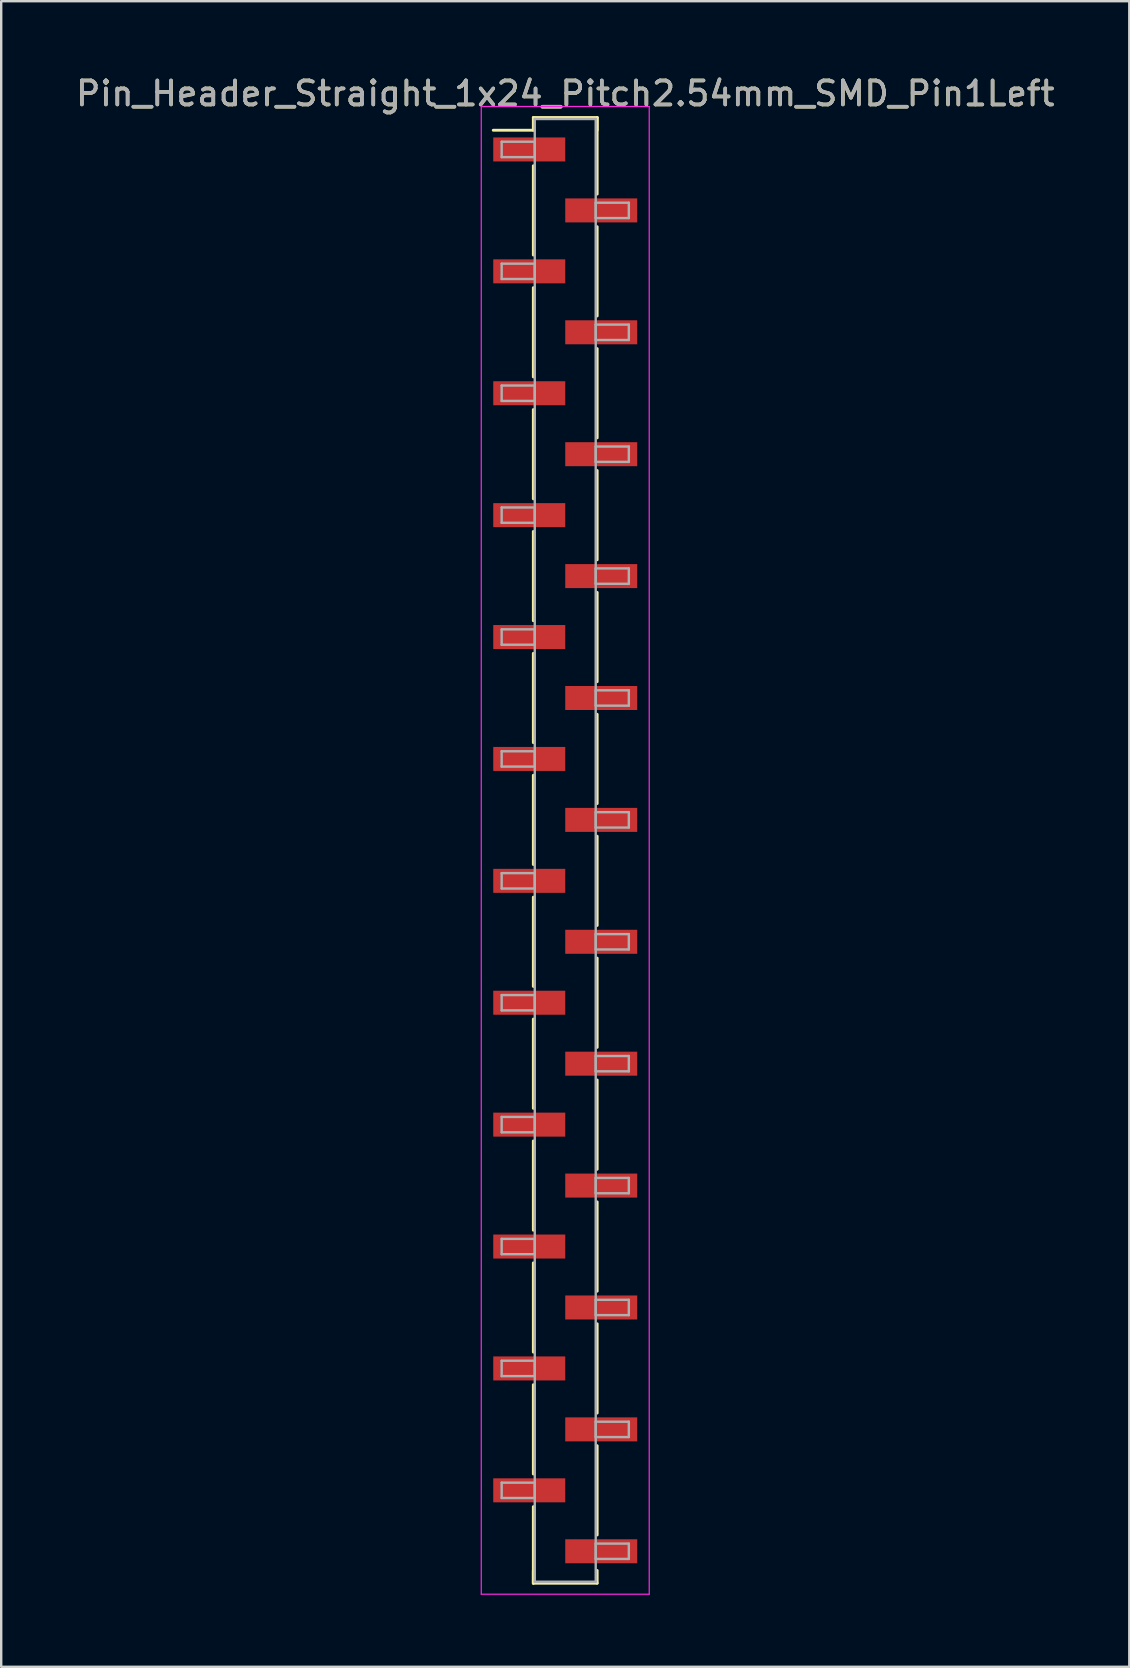
<source format=kicad_pcb>
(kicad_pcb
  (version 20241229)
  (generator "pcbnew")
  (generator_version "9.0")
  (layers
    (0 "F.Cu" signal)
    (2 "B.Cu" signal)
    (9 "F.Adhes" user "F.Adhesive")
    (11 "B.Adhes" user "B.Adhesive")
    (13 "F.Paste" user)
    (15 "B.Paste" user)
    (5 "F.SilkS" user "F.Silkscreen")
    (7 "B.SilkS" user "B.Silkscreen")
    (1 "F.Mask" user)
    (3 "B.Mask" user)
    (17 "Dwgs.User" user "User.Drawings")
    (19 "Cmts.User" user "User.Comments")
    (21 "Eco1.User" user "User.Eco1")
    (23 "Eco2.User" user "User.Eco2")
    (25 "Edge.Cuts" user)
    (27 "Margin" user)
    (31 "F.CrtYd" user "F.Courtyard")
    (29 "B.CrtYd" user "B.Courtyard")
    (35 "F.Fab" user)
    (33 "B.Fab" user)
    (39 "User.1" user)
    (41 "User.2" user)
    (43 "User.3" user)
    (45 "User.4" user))
  (footprint "Pin_Header_Straight_1x24_Pitch2.54mm_SMD_Pin1Left"
    (layer "F.Cu")
    (at 20.506 32.388)
    (property "Reference" "Pin_Header_Straight_1x24_Pitch2.54mm_SMD_Pin1Left" (at 0 -31.54 0) (layer "F.SilkS") (effects (font (size 1 1) (thickness 0.15))))
    (attr smd)
    (fp_line (start -1.33 -30.54) (end 1.33 -30.54) (stroke (width 0.12) (type solid)) (layer "F.SilkS"))
    (fp_line (start -1.33 -30.01) (end -3 -30.01) (stroke (width 0.12) (type solid)) (layer "F.SilkS"))
    (fp_line (start -1.33 -30.01) (end -1.33 -30.54) (stroke (width 0.12) (type solid)) (layer "F.SilkS"))
    (fp_line (start -1.33 -28.53) (end -1.33 -24.81) (stroke (width 0.12) (type solid)) (layer "F.SilkS"))
    (fp_line (start -1.33 -23.45) (end -1.33 -19.73) (stroke (width 0.12) (type solid)) (layer "F.SilkS"))
    (fp_line (start -1.33 -18.37) (end -1.33 -14.65) (stroke (width 0.12) (type solid)) (layer "F.SilkS"))
    (fp_line (start -1.33 -13.29) (end -1.33 -9.57) (stroke (width 0.12) (type solid)) (layer "F.SilkS"))
    (fp_line (start -1.33 -8.21) (end -1.33 -4.49) (stroke (width 0.12) (type solid)) (layer "F.SilkS"))
    (fp_line (start -1.33 -3.13) (end -1.33 0.59) (stroke (width 0.12) (type solid)) (layer "F.SilkS"))
    (fp_line (start -1.33 1.95) (end -1.33 5.67) (stroke (width 0.12) (type solid)) (layer "F.SilkS"))
    (fp_line (start -1.33 7.03) (end -1.33 10.75) (stroke (width 0.12) (type solid)) (layer "F.SilkS"))
    (fp_line (start -1.33 12.11) (end -1.33 15.83) (stroke (width 0.12) (type solid)) (layer "F.SilkS"))
    (fp_line (start -1.33 17.19) (end -1.33 20.91) (stroke (width 0.12) (type solid)) (layer "F.SilkS"))
    (fp_line (start -1.33 22.27) (end -1.33 25.99) (stroke (width 0.12) (type solid)) (layer "F.SilkS"))
    (fp_line (start -1.33 27.35) (end -1.33 30.54) (stroke (width 0.12) (type solid)) (layer "F.SilkS"))
    (fp_line (start -1.33 30.01) (end -1.33 30.54) (stroke (width 0.12) (type solid)) (layer "F.SilkS"))
    (fp_line (start -1.33 30.54) (end 1.33 30.54) (stroke (width 0.12) (type solid)) (layer "F.SilkS"))
    (fp_line (start 1.33 -30.54) (end 1.33 -30.01) (stroke (width 0.12) (type solid)) (layer "F.SilkS"))
    (fp_line (start 1.33 -30.54) (end 1.33 -27.35) (stroke (width 0.12) (type solid)) (layer "F.SilkS"))
    (fp_line (start 1.33 -25.99) (end 1.33 -22.27) (stroke (width 0.12) (type solid)) (layer "F.SilkS"))
    (fp_line (start 1.33 -20.91) (end 1.33 -17.19) (stroke (width 0.12) (type solid)) (layer "F.SilkS"))
    (fp_line (start 1.33 -15.83) (end 1.33 -12.11) (stroke (width 0.12) (type solid)) (layer "F.SilkS"))
    (fp_line (start 1.33 -10.75) (end 1.33 -7.03) (stroke (width 0.12) (type solid)) (layer "F.SilkS"))
    (fp_line (start 1.33 -5.67) (end 1.33 -1.95) (stroke (width 0.12) (type solid)) (layer "F.SilkS"))
    (fp_line (start 1.33 -0.59) (end 1.33 3.13) (stroke (width 0.12) (type solid)) (layer "F.SilkS"))
    (fp_line (start 1.33 4.49) (end 1.33 8.21) (stroke (width 0.12) (type solid)) (layer "F.SilkS"))
    (fp_line (start 1.33 9.57) (end 1.33 13.29) (stroke (width 0.12) (type solid)) (layer "F.SilkS"))
    (fp_line (start 1.33 14.65) (end 1.33 18.37) (stroke (width 0.12) (type solid)) (layer "F.SilkS"))
    (fp_line (start 1.33 19.73) (end 1.33 23.45) (stroke (width 0.12) (type solid)) (layer "F.SilkS"))
    (fp_line (start 1.33 24.81) (end 1.33 28.53) (stroke (width 0.12) (type solid)) (layer "F.SilkS"))
    (fp_line (start 1.33 30.54) (end 1.33 30.01) (stroke (width 0.12) (type solid)) (layer "F.SilkS"))
    (fp_line (start -3.5 -31) (end -3.5 31) (stroke (width 0.05) (type solid)) (layer "F.CrtYd"))
    (fp_line (start -3.5 31) (end 3.5 31) (stroke (width 0.05) (type solid)) (layer "F.CrtYd"))
    (fp_line (start 3.5 -31) (end -3.5 -31) (stroke (width 0.05) (type solid)) (layer "F.CrtYd"))
    (fp_line (start 3.5 31) (end 3.5 -31) (stroke (width 0.05) (type solid)) (layer "F.CrtYd"))
    (fp_line (start -2.65 -29.53) (end -1.27 -29.53) (stroke (width 0.1) (type solid)) (layer "F.Fab"))
    (fp_line (start -2.65 -28.89) (end -2.65 -29.53) (stroke (width 0.1) (type solid)) (layer "F.Fab"))
    (fp_line (start -2.65 -24.45) (end -1.27 -24.45) (stroke (width 0.1) (type solid)) (layer "F.Fab"))
    (fp_line (start -2.65 -23.81) (end -2.65 -24.45) (stroke (width 0.1) (type solid)) (layer "F.Fab"))
    (fp_line (start -2.65 -19.37) (end -1.27 -19.37) (stroke (width 0.1) (type solid)) (layer "F.Fab"))
    (fp_line (start -2.65 -18.73) (end -2.65 -19.37) (stroke (width 0.1) (type solid)) (layer "F.Fab"))
    (fp_line (start -2.65 -14.29) (end -1.27 -14.29) (stroke (width 0.1) (type solid)) (layer "F.Fab"))
    (fp_line (start -2.65 -13.65) (end -2.65 -14.29) (stroke (width 0.1) (type solid)) (layer "F.Fab"))
    (fp_line (start -2.65 -9.21) (end -1.27 -9.21) (stroke (width 0.1) (type solid)) (layer "F.Fab"))
    (fp_line (start -2.65 -8.57) (end -2.65 -9.21) (stroke (width 0.1) (type solid)) (layer "F.Fab"))
    (fp_line (start -2.65 -4.13) (end -1.27 -4.13) (stroke (width 0.1) (type solid)) (layer "F.Fab"))
    (fp_line (start -2.65 -3.49) (end -2.65 -4.13) (stroke (width 0.1) (type solid)) (layer "F.Fab"))
    (fp_line (start -2.65 0.95) (end -1.27 0.95) (stroke (width 0.1) (type solid)) (layer "F.Fab"))
    (fp_line (start -2.65 1.59) (end -2.65 0.95) (stroke (width 0.1) (type solid)) (layer "F.Fab"))
    (fp_line (start -2.65 6.03) (end -1.27 6.03) (stroke (width 0.1) (type solid)) (layer "F.Fab"))
    (fp_line (start -2.65 6.67) (end -2.65 6.03) (stroke (width 0.1) (type solid)) (layer "F.Fab"))
    (fp_line (start -2.65 11.11) (end -1.27 11.11) (stroke (width 0.1) (type solid)) (layer "F.Fab"))
    (fp_line (start -2.65 11.75) (end -2.65 11.11) (stroke (width 0.1) (type solid)) (layer "F.Fab"))
    (fp_line (start -2.65 16.19) (end -1.27 16.19) (stroke (width 0.1) (type solid)) (layer "F.Fab"))
    (fp_line (start -2.65 16.83) (end -2.65 16.19) (stroke (width 0.1) (type solid)) (layer "F.Fab"))
    (fp_line (start -2.65 21.27) (end -1.27 21.27) (stroke (width 0.1) (type solid)) (layer "F.Fab"))
    (fp_line (start -2.65 21.91) (end -2.65 21.27) (stroke (width 0.1) (type solid)) (layer "F.Fab"))
    (fp_line (start -2.65 26.35) (end -1.27 26.35) (stroke (width 0.1) (type solid)) (layer "F.Fab"))
    (fp_line (start -2.65 26.99) (end -2.65 26.35) (stroke (width 0.1) (type solid)) (layer "F.Fab"))
    (fp_line (start -1.27 -30.48) (end -1.27 30.48) (stroke (width 0.1) (type solid)) (layer "F.Fab"))
    (fp_line (start -1.27 -29.53) (end -1.27 -28.89) (stroke (width 0.1) (type solid)) (layer "F.Fab"))
    (fp_line (start -1.27 -28.89) (end -2.65 -28.89) (stroke (width 0.1) (type solid)) (layer "F.Fab"))
    (fp_line (start -1.27 -24.45) (end -1.27 -23.81) (stroke (width 0.1) (type solid)) (layer "F.Fab"))
    (fp_line (start -1.27 -23.81) (end -2.65 -23.81) (stroke (width 0.1) (type solid)) (layer "F.Fab"))
    (fp_line (start -1.27 -19.37) (end -1.27 -18.73) (stroke (width 0.1) (type solid)) (layer "F.Fab"))
    (fp_line (start -1.27 -18.73) (end -2.65 -18.73) (stroke (width 0.1) (type solid)) (layer "F.Fab"))
    (fp_line (start -1.27 -14.29) (end -1.27 -13.65) (stroke (width 0.1) (type solid)) (layer "F.Fab"))
    (fp_line (start -1.27 -13.65) (end -2.65 -13.65) (stroke (width 0.1) (type solid)) (layer "F.Fab"))
    (fp_line (start -1.27 -9.21) (end -1.27 -8.57) (stroke (width 0.1) (type solid)) (layer "F.Fab"))
    (fp_line (start -1.27 -8.57) (end -2.65 -8.57) (stroke (width 0.1) (type solid)) (layer "F.Fab"))
    (fp_line (start -1.27 -4.13) (end -1.27 -3.49) (stroke (width 0.1) (type solid)) (layer "F.Fab"))
    (fp_line (start -1.27 -3.49) (end -2.65 -3.49) (stroke (width 0.1) (type solid)) (layer "F.Fab"))
    (fp_line (start -1.27 0.95) (end -1.27 1.59) (stroke (width 0.1) (type solid)) (layer "F.Fab"))
    (fp_line (start -1.27 1.59) (end -2.65 1.59) (stroke (width 0.1) (type solid)) (layer "F.Fab"))
    (fp_line (start -1.27 6.03) (end -1.27 6.67) (stroke (width 0.1) (type solid)) (layer "F.Fab"))
    (fp_line (start -1.27 6.67) (end -2.65 6.67) (stroke (width 0.1) (type solid)) (layer "F.Fab"))
    (fp_line (start -1.27 11.11) (end -1.27 11.75) (stroke (width 0.1) (type solid)) (layer "F.Fab"))
    (fp_line (start -1.27 11.75) (end -2.65 11.75) (stroke (width 0.1) (type solid)) (layer "F.Fab"))
    (fp_line (start -1.27 16.19) (end -1.27 16.83) (stroke (width 0.1) (type solid)) (layer "F.Fab"))
    (fp_line (start -1.27 16.83) (end -2.65 16.83) (stroke (width 0.1) (type solid)) (layer "F.Fab"))
    (fp_line (start -1.27 21.27) (end -1.27 21.91) (stroke (width 0.1) (type solid)) (layer "F.Fab"))
    (fp_line (start -1.27 21.91) (end -2.65 21.91) (stroke (width 0.1) (type solid)) (layer "F.Fab"))
    (fp_line (start -1.27 26.35) (end -1.27 26.99) (stroke (width 0.1) (type solid)) (layer "F.Fab"))
    (fp_line (start -1.27 26.99) (end -2.65 26.99) (stroke (width 0.1) (type solid)) (layer "F.Fab"))
    (fp_line (start -1.27 30.48) (end 1.27 30.48) (stroke (width 0.1) (type solid)) (layer "F.Fab"))
    (fp_line (start 1.27 -30.48) (end -1.27 -30.48) (stroke (width 0.1) (type solid)) (layer "F.Fab"))
    (fp_line (start 1.27 -26.99) (end 1.27 -26.35) (stroke (width 0.1) (type solid)) (layer "F.Fab"))
    (fp_line (start 1.27 -26.35) (end 2.65 -26.35) (stroke (width 0.1) (type solid)) (layer "F.Fab"))
    (fp_line (start 1.27 -21.91) (end 1.27 -21.27) (stroke (width 0.1) (type solid)) (layer "F.Fab"))
    (fp_line (start 1.27 -21.27) (end 2.65 -21.27) (stroke (width 0.1) (type solid)) (layer "F.Fab"))
    (fp_line (start 1.27 -16.83) (end 1.27 -16.19) (stroke (width 0.1) (type solid)) (layer "F.Fab"))
    (fp_line (start 1.27 -16.19) (end 2.65 -16.19) (stroke (width 0.1) (type solid)) (layer "F.Fab"))
    (fp_line (start 1.27 -11.75) (end 1.27 -11.11) (stroke (width 0.1) (type solid)) (layer "F.Fab"))
    (fp_line (start 1.27 -11.11) (end 2.65 -11.11) (stroke (width 0.1) (type solid)) (layer "F.Fab"))
    (fp_line (start 1.27 -6.67) (end 1.27 -6.03) (stroke (width 0.1) (type solid)) (layer "F.Fab"))
    (fp_line (start 1.27 -6.03) (end 2.65 -6.03) (stroke (width 0.1) (type solid)) (layer "F.Fab"))
    (fp_line (start 1.27 -1.59) (end 1.27 -0.95) (stroke (width 0.1) (type solid)) (layer "F.Fab"))
    (fp_line (start 1.27 -0.95) (end 2.65 -0.95) (stroke (width 0.1) (type solid)) (layer "F.Fab"))
    (fp_line (start 1.27 3.49) (end 1.27 4.13) (stroke (width 0.1) (type solid)) (layer "F.Fab"))
    (fp_line (start 1.27 4.13) (end 2.65 4.13) (stroke (width 0.1) (type solid)) (layer "F.Fab"))
    (fp_line (start 1.27 8.57) (end 1.27 9.21) (stroke (width 0.1) (type solid)) (layer "F.Fab"))
    (fp_line (start 1.27 9.21) (end 2.65 9.21) (stroke (width 0.1) (type solid)) (layer "F.Fab"))
    (fp_line (start 1.27 13.65) (end 1.27 14.29) (stroke (width 0.1) (type solid)) (layer "F.Fab"))
    (fp_line (start 1.27 14.29) (end 2.65 14.29) (stroke (width 0.1) (type solid)) (layer "F.Fab"))
    (fp_line (start 1.27 18.73) (end 1.27 19.37) (stroke (width 0.1) (type solid)) (layer "F.Fab"))
    (fp_line (start 1.27 19.37) (end 2.65 19.37) (stroke (width 0.1) (type solid)) (layer "F.Fab"))
    (fp_line (start 1.27 23.81) (end 1.27 24.45) (stroke (width 0.1) (type solid)) (layer "F.Fab"))
    (fp_line (start 1.27 24.45) (end 2.65 24.45) (stroke (width 0.1) (type solid)) (layer "F.Fab"))
    (fp_line (start 1.27 28.89) (end 1.27 29.53) (stroke (width 0.1) (type solid)) (layer "F.Fab"))
    (fp_line (start 1.27 29.53) (end 2.65 29.53) (stroke (width 0.1) (type solid)) (layer "F.Fab"))
    (fp_line (start 1.27 30.48) (end 1.27 -30.48) (stroke (width 0.1) (type solid)) (layer "F.Fab"))
    (fp_line (start 2.65 -26.99) (end 1.27 -26.99) (stroke (width 0.1) (type solid)) (layer "F.Fab"))
    (fp_line (start 2.65 -26.35) (end 2.65 -26.99) (stroke (width 0.1) (type solid)) (layer "F.Fab"))
    (fp_line (start 2.65 -21.91) (end 1.27 -21.91) (stroke (width 0.1) (type solid)) (layer "F.Fab"))
    (fp_line (start 2.65 -21.27) (end 2.65 -21.91) (stroke (width 0.1) (type solid)) (layer "F.Fab"))
    (fp_line (start 2.65 -16.83) (end 1.27 -16.83) (stroke (width 0.1) (type solid)) (layer "F.Fab"))
    (fp_line (start 2.65 -16.19) (end 2.65 -16.83) (stroke (width 0.1) (type solid)) (layer "F.Fab"))
    (fp_line (start 2.65 -11.75) (end 1.27 -11.75) (stroke (width 0.1) (type solid)) (layer "F.Fab"))
    (fp_line (start 2.65 -11.11) (end 2.65 -11.75) (stroke (width 0.1) (type solid)) (layer "F.Fab"))
    (fp_line (start 2.65 -6.67) (end 1.27 -6.67) (stroke (width 0.1) (type solid)) (layer "F.Fab"))
    (fp_line (start 2.65 -6.03) (end 2.65 -6.67) (stroke (width 0.1) (type solid)) (layer "F.Fab"))
    (fp_line (start 2.65 -1.59) (end 1.27 -1.59) (stroke (width 0.1) (type solid)) (layer "F.Fab"))
    (fp_line (start 2.65 -0.95) (end 2.65 -1.59) (stroke (width 0.1) (type solid)) (layer "F.Fab"))
    (fp_line (start 2.65 3.49) (end 1.27 3.49) (stroke (width 0.1) (type solid)) (layer "F.Fab"))
    (fp_line (start 2.65 4.13) (end 2.65 3.49) (stroke (width 0.1) (type solid)) (layer "F.Fab"))
    (fp_line (start 2.65 8.57) (end 1.27 8.57) (stroke (width 0.1) (type solid)) (layer "F.Fab"))
    (fp_line (start 2.65 9.21) (end 2.65 8.57) (stroke (width 0.1) (type solid)) (layer "F.Fab"))
    (fp_line (start 2.65 13.65) (end 1.27 13.65) (stroke (width 0.1) (type solid)) (layer "F.Fab"))
    (fp_line (start 2.65 14.29) (end 2.65 13.65) (stroke (width 0.1) (type solid)) (layer "F.Fab"))
    (fp_line (start 2.65 18.73) (end 1.27 18.73) (stroke (width 0.1) (type solid)) (layer "F.Fab"))
    (fp_line (start 2.65 19.37) (end 2.65 18.73) (stroke (width 0.1) (type solid)) (layer "F.Fab"))
    (fp_line (start 2.65 23.81) (end 1.27 23.81) (stroke (width 0.1) (type solid)) (layer "F.Fab"))
    (fp_line (start 2.65 24.45) (end 2.65 23.81) (stroke (width 0.1) (type solid)) (layer "F.Fab"))
    (fp_line (start 2.65 28.89) (end 1.27 28.89) (stroke (width 0.1) (type solid)) (layer "F.Fab"))
    (fp_line (start 2.65 29.53) (end 2.65 28.89) (stroke (width 0.1) (type solid)) (layer "F.Fab"))
    (fp_text user "${REFERENCE}" (at 0 -31.54 0) (layer "F.Fab") (effects (font (size 1 1) (thickness 0.15))))
    (pad "1" smd rect (at -1.5 -29.21) (size 3 1) (layers "F.Cu" "F.Mask" "F.Paste"))
    (pad "2" smd rect (at 1.5 -26.67) (size 3 1) (layers "F.Cu" "F.Mask" "F.Paste"))
    (pad "3" smd rect (at -1.5 -24.13) (size 3 1) (layers "F.Cu" "F.Mask" "F.Paste"))
    (pad "4" smd rect (at 1.5 -21.59) (size 3 1) (layers "F.Cu" "F.Mask" "F.Paste"))
    (pad "5" smd rect (at -1.5 -19.05) (size 3 1) (layers "F.Cu" "F.Mask" "F.Paste"))
    (pad "6" smd rect (at 1.5 -16.51) (size 3 1) (layers "F.Cu" "F.Mask" "F.Paste"))
    (pad "7" smd rect (at -1.5 -13.97) (size 3 1) (layers "F.Cu" "F.Mask" "F.Paste"))
    (pad "8" smd rect (at 1.5 -11.43) (size 3 1) (layers "F.Cu" "F.Mask" "F.Paste"))
    (pad "9" smd rect (at -1.5 -8.89) (size 3 1) (layers "F.Cu" "F.Mask" "F.Paste"))
    (pad "10" smd rect (at 1.5 -6.35) (size 3 1) (layers "F.Cu" "F.Mask" "F.Paste"))
    (pad "11" smd rect (at -1.5 -3.81) (size 3 1) (layers "F.Cu" "F.Mask" "F.Paste"))
    (pad "12" smd rect (at 1.5 -1.27) (size 3 1) (layers "F.Cu" "F.Mask" "F.Paste"))
    (pad "13" smd rect (at -1.5 1.27) (size 3 1) (layers "F.Cu" "F.Mask" "F.Paste"))
    (pad "14" smd rect (at 1.5 3.81) (size 3 1) (layers "F.Cu" "F.Mask" "F.Paste"))
    (pad "15" smd rect (at -1.5 6.35) (size 3 1) (layers "F.Cu" "F.Mask" "F.Paste"))
    (pad "16" smd rect (at 1.5 8.89) (size 3 1) (layers "F.Cu" "F.Mask" "F.Paste"))
    (pad "17" smd rect (at -1.5 11.43) (size 3 1) (layers "F.Cu" "F.Mask" "F.Paste"))
    (pad "18" smd rect (at 1.5 13.97) (size 3 1) (layers "F.Cu" "F.Mask" "F.Paste"))
    (pad "19" smd rect (at -1.5 16.51) (size 3 1) (layers "F.Cu" "F.Mask" "F.Paste"))
    (pad "20" smd rect (at 1.5 19.05) (size 3 1) (layers "F.Cu" "F.Mask" "F.Paste"))
    (pad "21" smd rect (at -1.5 21.59) (size 3 1) (layers "F.Cu" "F.Mask" "F.Paste"))
    (pad "22" smd rect (at 1.5 24.13) (size 3 1) (layers "F.Cu" "F.Mask" "F.Paste"))
    (pad "23" smd rect (at -1.5 26.67) (size 3 1) (layers "F.Cu" "F.Mask" "F.Paste"))
    (pad "24" smd rect (at 1.5 29.21) (size 3 1) (layers "F.Cu" "F.Mask" "F.Paste")))
  (gr_rect
    (start -3 -3)
    (end 44.012 66.413)
    (stroke (width 0.1) (type default))
    (fill no)
    (layer "Edge.Cuts")))
</source>
